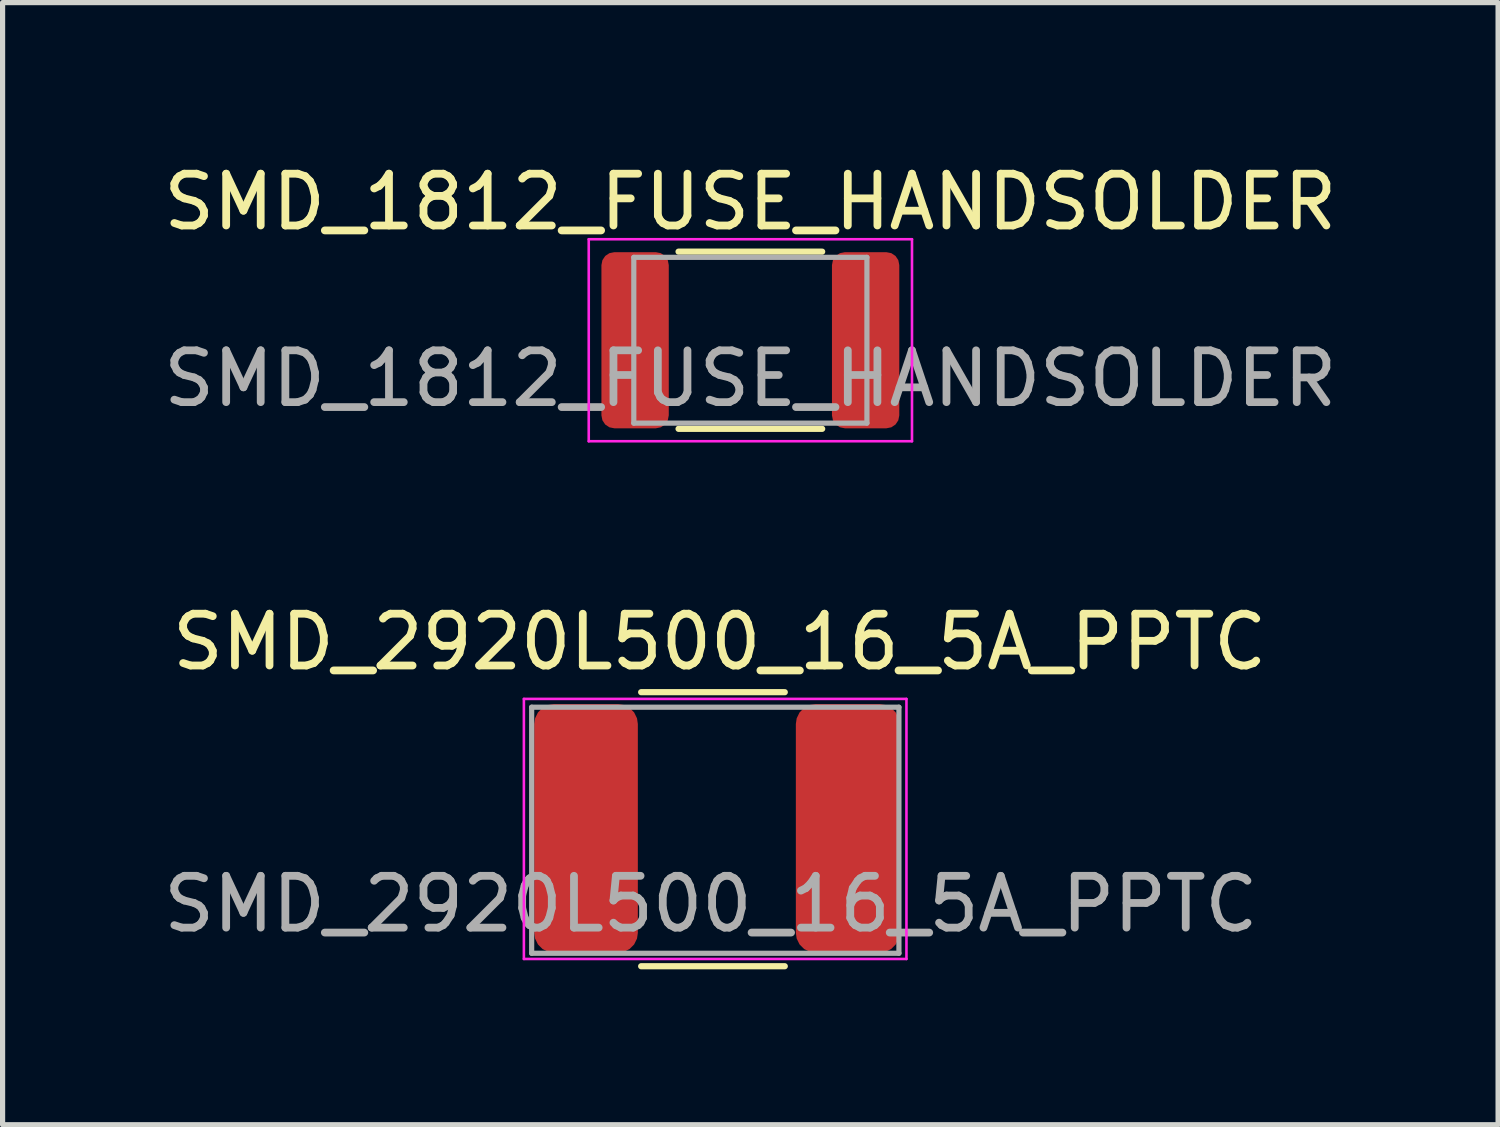
<source format=kicad_pcb>
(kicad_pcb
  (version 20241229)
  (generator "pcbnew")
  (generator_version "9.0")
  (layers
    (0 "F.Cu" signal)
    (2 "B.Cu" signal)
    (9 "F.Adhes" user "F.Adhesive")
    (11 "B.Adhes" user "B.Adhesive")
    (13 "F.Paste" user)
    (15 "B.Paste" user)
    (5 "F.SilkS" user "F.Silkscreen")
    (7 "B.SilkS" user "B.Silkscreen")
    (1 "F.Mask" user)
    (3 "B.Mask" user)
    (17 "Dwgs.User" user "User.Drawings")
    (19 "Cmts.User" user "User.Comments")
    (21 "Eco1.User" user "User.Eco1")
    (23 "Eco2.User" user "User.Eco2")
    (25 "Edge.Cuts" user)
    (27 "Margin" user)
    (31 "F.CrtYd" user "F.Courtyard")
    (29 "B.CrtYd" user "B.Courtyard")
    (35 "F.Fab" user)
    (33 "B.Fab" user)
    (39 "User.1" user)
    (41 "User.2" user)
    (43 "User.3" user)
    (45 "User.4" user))
  (footprint "SMD_1812_FUSE_HANDSOLDER"
    (layer "F.Cu")
    (at 11.475 3.478)
    (property "Reference" "SMD_1812_FUSE_HANDSOLDER" (at -0.04 -2.63 0) (layer "F.SilkS") (effects (font (size 1 1) (thickness 0.15))))
    (attr through_hole)
    (fp_line (start -1.426 -1.67) (end 1.346 -1.67) (stroke (width 0.12) (type solid)) (layer "F.SilkS"))
    (fp_line (start -1.426 1.75) (end 1.346 1.75) (stroke (width 0.12) (type solid)) (layer "F.SilkS"))
    (fp_line (start -3.16 -1.91) (end 3.08 -1.91) (stroke (width 0.05) (type solid)) (layer "F.CrtYd"))
    (fp_line (start -3.16 1.99) (end -3.16 -1.91) (stroke (width 0.05) (type solid)) (layer "F.CrtYd"))
    (fp_line (start 3.08 -1.91) (end 3.08 1.99) (stroke (width 0.05) (type solid)) (layer "F.CrtYd"))
    (fp_line (start 3.08 1.99) (end -3.16 1.99) (stroke (width 0.05) (type solid)) (layer "F.CrtYd"))
    (fp_line (start -2.29 -1.56) (end 2.21 -1.56) (stroke (width 0.1) (type solid)) (layer "F.Fab"))
    (fp_line (start -2.29 1.64) (end -2.29 -1.56) (stroke (width 0.1) (type solid)) (layer "F.Fab"))
    (fp_line (start 2.21 -1.56) (end 2.21 1.64) (stroke (width 0.1) (type solid)) (layer "F.Fab"))
    (fp_line (start 2.21 1.64) (end -2.29 1.64) (stroke (width 0.1) (type solid)) (layer "F.Fab"))
    (fp_text user "${REFERENCE}" (at -0.04 0.78 0) (layer "F.Fab") (effects (font (size 1 1) (thickness 0.15))))
    (pad "1" smd roundrect (at -2.265 0.04) (size 1.3 3.4) (layers "F.Cu" "F.Mask" "F.Paste") (roundrect_rratio 0.192))
    (pad "2" smd roundrect (at 2.185 0.04) (size 1.3 3.4) (layers "F.Cu" "F.Mask" "F.Paste") (roundrect_rratio 0.192)))
  (footprint "SMD_2920L500_16_5A_PPTC"
    (layer "F.Cu")
    (at 10.223 12.992)
    (property "Reference" "SMD_2920L500_16_5A_PPTC" (at 0.62 -3.65 0) (layer "F.SilkS") (effects (font (size 1 1) (thickness 0.15))))
    (attr through_hole)
    (fp_line (start -0.896 -2.68) (end 1.876 -2.68) (stroke (width 0.12) (type solid)) (layer "F.SilkS"))
    (fp_line (start -0.896 2.61) (end 1.876 2.61) (stroke (width 0.12) (type solid)) (layer "F.SilkS"))
    (fp_line (start -3.16 -2.55) (end 4.225 -2.55) (stroke (width 0.05) (type solid)) (layer "F.CrtYd"))
    (fp_line (start -3.16 2.47) (end -3.16 -2.55) (stroke (width 0.05) (type solid)) (layer "F.CrtYd"))
    (fp_line (start 4.225 2.47) (end -3.16 2.47) (stroke (width 0.05) (type solid)) (layer "F.CrtYd"))
    (fp_line (start 4.225 2.47) (end 4.225 -2.55) (stroke (width 0.05) (type solid)) (layer "F.CrtYd"))
    (fp_line (start -3.01 -2.39) (end 4.08 -2.39) (stroke (width 0.1) (type solid)) (layer "F.Fab"))
    (fp_line (start -3.01 2.36) (end -3.01 -2.39) (stroke (width 0.1) (type solid)) (layer "F.Fab"))
    (fp_line (start 4.08 -2.39) (end 4.08 2.36) (stroke (width 0.1) (type solid)) (layer "F.Fab"))
    (fp_line (start 4.08 2.36) (end -3.01 2.36) (stroke (width 0.1) (type solid)) (layer "F.Fab"))
    (fp_text user "${REFERENCE}" (at 0.45 1.41 0) (layer "F.Fab") (effects (font (size 1 1) (thickness 0.15))))
    (pad "1" smd roundrect (at -1.96 -0.05) (size 2 4.8) (layers "F.Cu" "F.Mask" "F.Paste") (roundrect_rratio 0.192))
    (pad "2" smd roundrect (at 3.09 -0.05) (size 2 4.8) (layers "F.Cu" "F.Mask" "F.Paste") (roundrect_rratio 0.192)))
  (gr_rect
    (start -3 -3)
    (end 25.869 18.662)
    (stroke (width 0.1) (type default))
    (fill no)
    (layer "Edge.Cuts")))
</source>
